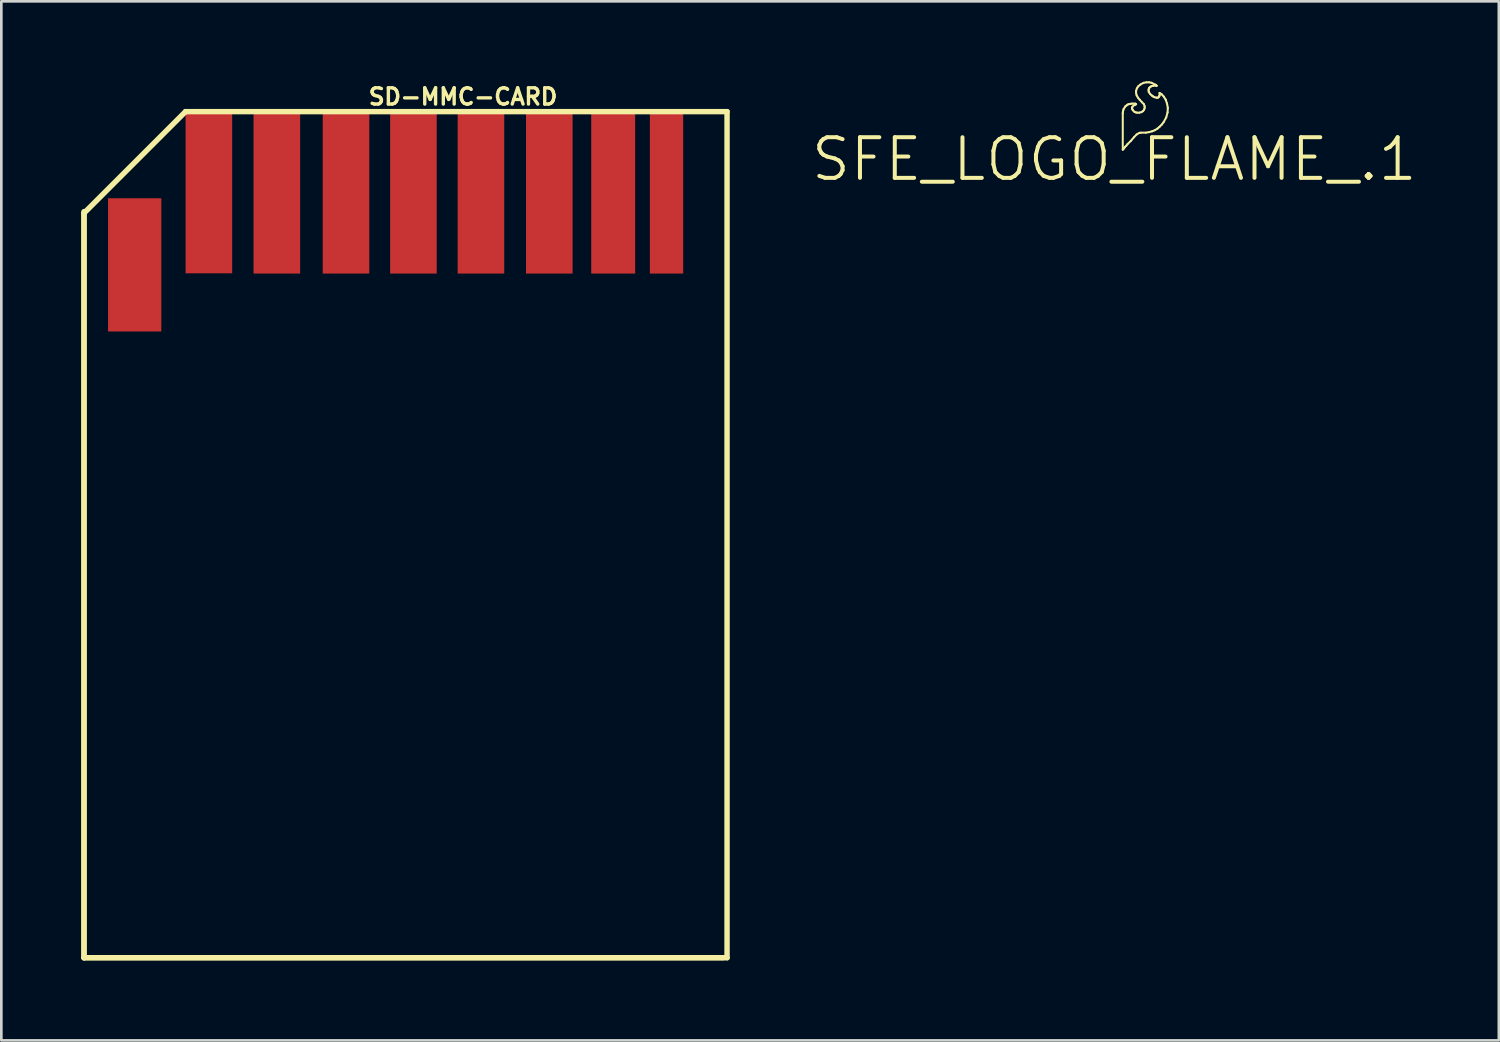
<source format=kicad_pcb>
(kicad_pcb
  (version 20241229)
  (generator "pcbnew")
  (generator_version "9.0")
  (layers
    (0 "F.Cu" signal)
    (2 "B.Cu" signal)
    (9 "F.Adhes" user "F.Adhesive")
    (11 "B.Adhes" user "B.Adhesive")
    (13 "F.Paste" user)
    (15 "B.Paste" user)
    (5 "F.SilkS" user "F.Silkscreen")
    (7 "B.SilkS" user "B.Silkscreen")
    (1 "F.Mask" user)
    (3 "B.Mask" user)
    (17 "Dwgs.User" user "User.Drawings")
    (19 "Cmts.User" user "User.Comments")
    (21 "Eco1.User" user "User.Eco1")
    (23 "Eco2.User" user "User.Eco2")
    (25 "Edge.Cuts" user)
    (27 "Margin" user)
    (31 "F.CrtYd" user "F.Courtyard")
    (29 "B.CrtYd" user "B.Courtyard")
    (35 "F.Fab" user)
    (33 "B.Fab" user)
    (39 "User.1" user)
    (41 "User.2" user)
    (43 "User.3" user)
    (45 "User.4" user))
  (footprint "SFE_LOGO_FLAME_.1"
    (layer "F.Cu")
    (at 38.763 2.926)
    (property "Reference" "SFE_LOGO_FLAME_.1" (at 0 0 0) (layer "F.SilkS") (effects (font (size 1.524 1.524) (thickness 0.15))))
    (attr exclude_from_pos_files exclude_from_bom)
    (fp_line (start 0.318 -1.73) (end 0.318 -0.358) (stroke (width 0.076) (type solid)) (layer "F.SilkS"))
    (fp_line (start 0.318 -0.358) (end 0.368 -0.409) (stroke (width 0.076) (type solid)) (layer "F.SilkS"))
    (fp_line (start 0.328 -1.808) (end 0.318 -1.73) (stroke (width 0.076) (type solid)) (layer "F.SilkS"))
    (fp_line (start 0.348 -1.88) (end 0.328 -1.808) (stroke (width 0.076) (type solid)) (layer "F.SilkS"))
    (fp_line (start 0.368 -0.409) (end 0.399 -0.46) (stroke (width 0.076) (type solid)) (layer "F.SilkS"))
    (fp_line (start 0.399 -0.46) (end 0.45 -0.508) (stroke (width 0.076) (type solid)) (layer "F.SilkS"))
    (fp_line (start 0.409 -1.979) (end 0.348 -1.88) (stroke (width 0.076) (type solid)) (layer "F.SilkS"))
    (fp_line (start 0.45 -0.508) (end 0.498 -0.569) (stroke (width 0.076) (type solid)) (layer "F.SilkS"))
    (fp_line (start 0.46 -2.019) (end 0.409 -1.979) (stroke (width 0.076) (type solid)) (layer "F.SilkS"))
    (fp_line (start 0.498 -2.05) (end 0.46 -2.019) (stroke (width 0.076) (type solid)) (layer "F.SilkS"))
    (fp_line (start 0.498 -0.569) (end 0.62 -0.688) (stroke (width 0.076) (type solid)) (layer "F.SilkS"))
    (fp_line (start 0.549 -2.068) (end 0.498 -2.05) (stroke (width 0.076) (type solid)) (layer "F.SilkS"))
    (fp_line (start 0.599 -2.078) (end 0.549 -2.068) (stroke (width 0.076) (type solid)) (layer "F.SilkS"))
    (fp_line (start 0.62 -0.688) (end 0.739 -0.828) (stroke (width 0.076) (type solid)) (layer "F.SilkS"))
    (fp_line (start 0.658 -2.088) (end 0.599 -2.078) (stroke (width 0.076) (type solid)) (layer "F.SilkS"))
    (fp_line (start 0.668 -1.938) (end 0.678 -1.968) (stroke (width 0.076) (type solid)) (layer "F.SilkS"))
    (fp_line (start 0.668 -1.9) (end 0.668 -1.938) (stroke (width 0.076) (type solid)) (layer "F.SilkS"))
    (fp_line (start 0.678 -1.968) (end 0.739 -2.029) (stroke (width 0.076) (type solid)) (layer "F.SilkS"))
    (fp_line (start 0.678 -1.869) (end 0.668 -1.9) (stroke (width 0.076) (type solid)) (layer "F.SilkS"))
    (fp_line (start 0.699 -1.839) (end 0.678 -1.869) (stroke (width 0.076) (type solid)) (layer "F.SilkS"))
    (fp_line (start 0.739 -2.029) (end 0.77 -2.04) (stroke (width 0.076) (type solid)) (layer "F.SilkS"))
    (fp_line (start 0.739 -0.828) (end 0.838 -0.93) (stroke (width 0.076) (type solid)) (layer "F.SilkS"))
    (fp_line (start 0.759 -1.778) (end 0.699 -1.839) (stroke (width 0.076) (type solid)) (layer "F.SilkS"))
    (fp_line (start 0.77 -2.04) (end 0.808 -2.06) (stroke (width 0.076) (type solid)) (layer "F.SilkS"))
    (fp_line (start 0.78 -2.088) (end 0.658 -2.088) (stroke (width 0.076) (type solid)) (layer "F.SilkS"))
    (fp_line (start 0.808 -2.06) (end 0.818 -2.068) (stroke (width 0.076) (type solid)) (layer "F.SilkS"))
    (fp_line (start 0.808 -1.758) (end 0.759 -1.778) (stroke (width 0.076) (type solid)) (layer "F.SilkS"))
    (fp_line (start 0.818 -2.568) (end 0.818 -2.489) (stroke (width 0.076) (type solid)) (layer "F.SilkS"))
    (fp_line (start 0.818 -2.489) (end 0.838 -2.398) (stroke (width 0.076) (type solid)) (layer "F.SilkS"))
    (fp_line (start 0.818 -2.068) (end 0.78 -2.088) (stroke (width 0.076) (type solid)) (layer "F.SilkS"))
    (fp_line (start 0.838 -2.398) (end 0.889 -2.309) (stroke (width 0.076) (type solid)) (layer "F.SilkS"))
    (fp_line (start 0.838 -0.93) (end 0.94 -0.988) (stroke (width 0.076) (type solid)) (layer "F.SilkS"))
    (fp_line (start 0.848 -2.659) (end 0.818 -2.568) (stroke (width 0.076) (type solid)) (layer "F.SilkS"))
    (fp_line (start 0.859 -1.748) (end 0.808 -1.758) (stroke (width 0.076) (type solid)) (layer "F.SilkS"))
    (fp_line (start 0.889 -2.309) (end 0.958 -2.228) (stroke (width 0.076) (type solid)) (layer "F.SilkS"))
    (fp_line (start 0.899 -2.738) (end 0.848 -2.659) (stroke (width 0.076) (type solid)) (layer "F.SilkS"))
    (fp_line (start 0.94 -1.748) (end 0.859 -1.748) (stroke (width 0.076) (type solid)) (layer "F.SilkS"))
    (fp_line (start 0.94 -0.988) (end 0.998 -0.998) (stroke (width 0.076) (type solid)) (layer "F.SilkS"))
    (fp_line (start 0.958 -2.228) (end 1.039 -2.139) (stroke (width 0.076) (type solid)) (layer "F.SilkS"))
    (fp_line (start 0.988 -2.809) (end 0.899 -2.738) (stroke (width 0.076) (type solid)) (layer "F.SilkS"))
    (fp_line (start 0.998 -0.998) (end 1.189 -0.998) (stroke (width 0.076) (type solid)) (layer "F.SilkS"))
    (fp_line (start 1.019 -1.768) (end 0.94 -1.748) (stroke (width 0.076) (type solid)) (layer "F.SilkS"))
    (fp_line (start 1.039 -2.139) (end 1.11 -2.068) (stroke (width 0.076) (type solid)) (layer "F.SilkS"))
    (fp_line (start 1.079 -1.808) (end 1.019 -1.768) (stroke (width 0.076) (type solid)) (layer "F.SilkS"))
    (fp_line (start 1.1 -2.868) (end 0.988 -2.809) (stroke (width 0.076) (type solid)) (layer "F.SilkS"))
    (fp_line (start 1.11 -2.068) (end 1.138 -1.989) (stroke (width 0.076) (type solid)) (layer "F.SilkS"))
    (fp_line (start 1.118 -1.859) (end 1.079 -1.808) (stroke (width 0.076) (type solid)) (layer "F.SilkS"))
    (fp_line (start 1.138 -1.989) (end 1.138 -1.918) (stroke (width 0.076) (type solid)) (layer "F.SilkS"))
    (fp_line (start 1.138 -1.918) (end 1.118 -1.859) (stroke (width 0.076) (type solid)) (layer "F.SilkS"))
    (fp_line (start 1.189 -0.998) (end 1.308 -1.019) (stroke (width 0.076) (type solid)) (layer "F.SilkS"))
    (fp_line (start 1.209 -2.888) (end 1.1 -2.868) (stroke (width 0.076) (type solid)) (layer "F.SilkS"))
    (fp_line (start 1.288 -2.619) (end 1.298 -2.649) (stroke (width 0.076) (type solid)) (layer "F.SilkS"))
    (fp_line (start 1.288 -2.558) (end 1.288 -2.619) (stroke (width 0.076) (type solid)) (layer "F.SilkS"))
    (fp_line (start 1.298 -2.649) (end 1.308 -2.67) (stroke (width 0.076) (type solid)) (layer "F.SilkS"))
    (fp_line (start 1.298 -2.52) (end 1.288 -2.558) (stroke (width 0.076) (type solid)) (layer "F.SilkS"))
    (fp_line (start 1.308 -2.888) (end 1.209 -2.888) (stroke (width 0.076) (type solid)) (layer "F.SilkS"))
    (fp_line (start 1.308 -2.67) (end 1.328 -2.697) (stroke (width 0.076) (type solid)) (layer "F.SilkS"))
    (fp_line (start 1.308 -1.019) (end 1.42 -1.049) (stroke (width 0.076) (type solid)) (layer "F.SilkS"))
    (fp_line (start 1.328 -2.697) (end 1.369 -2.728) (stroke (width 0.076) (type solid)) (layer "F.SilkS"))
    (fp_line (start 1.339 -2.459) (end 1.298 -2.52) (stroke (width 0.076) (type solid)) (layer "F.SilkS"))
    (fp_line (start 1.369 -2.728) (end 1.41 -2.748) (stroke (width 0.076) (type solid)) (layer "F.SilkS"))
    (fp_line (start 1.4 -2.868) (end 1.308 -2.888) (stroke (width 0.076) (type solid)) (layer "F.SilkS"))
    (fp_line (start 1.4 -2.398) (end 1.339 -2.459) (stroke (width 0.076) (type solid)) (layer "F.SilkS"))
    (fp_line (start 1.41 -2.748) (end 1.458 -2.758) (stroke (width 0.076) (type solid)) (layer "F.SilkS"))
    (fp_line (start 1.42 -1.049) (end 1.519 -1.09) (stroke (width 0.076) (type solid)) (layer "F.SilkS"))
    (fp_line (start 1.438 -2.37) (end 1.4 -2.398) (stroke (width 0.076) (type solid)) (layer "F.SilkS"))
    (fp_line (start 1.458 -2.758) (end 1.499 -2.769) (stroke (width 0.076) (type solid)) (layer "F.SilkS"))
    (fp_line (start 1.468 -2.349) (end 1.438 -2.37) (stroke (width 0.076) (type solid)) (layer "F.SilkS"))
    (fp_line (start 1.499 -2.769) (end 1.56 -2.769) (stroke (width 0.076) (type solid)) (layer "F.SilkS"))
    (fp_line (start 1.509 -2.329) (end 1.468 -2.349) (stroke (width 0.076) (type solid)) (layer "F.SilkS"))
    (fp_line (start 1.519 -1.09) (end 1.618 -1.148) (stroke (width 0.076) (type solid)) (layer "F.SilkS"))
    (fp_line (start 1.539 -2.799) (end 1.4 -2.868) (stroke (width 0.076) (type solid)) (layer "F.SilkS"))
    (fp_line (start 1.56 -2.769) (end 1.58 -2.758) (stroke (width 0.076) (type solid)) (layer "F.SilkS"))
    (fp_line (start 1.58 -2.769) (end 1.539 -2.799) (stroke (width 0.076) (type solid)) (layer "F.SilkS"))
    (fp_line (start 1.58 -2.758) (end 1.587 -2.758) (stroke (width 0.076) (type solid)) (layer "F.SilkS"))
    (fp_line (start 1.587 -2.758) (end 1.58 -2.769) (stroke (width 0.076) (type solid)) (layer "F.SilkS"))
    (fp_line (start 1.587 -2.309) (end 1.509 -2.329) (stroke (width 0.076) (type solid)) (layer "F.SilkS"))
    (fp_line (start 1.618 -2.309) (end 1.587 -2.309) (stroke (width 0.076) (type solid)) (layer "F.SilkS"))
    (fp_line (start 1.618 -1.148) (end 1.699 -1.219) (stroke (width 0.076) (type solid)) (layer "F.SilkS"))
    (fp_line (start 1.648 -2.319) (end 1.618 -2.309) (stroke (width 0.076) (type solid)) (layer "F.SilkS"))
    (fp_line (start 1.679 -2.349) (end 1.648 -2.319) (stroke (width 0.076) (type solid)) (layer "F.SilkS"))
    (fp_line (start 1.689 -2.37) (end 1.679 -2.349) (stroke (width 0.076) (type solid)) (layer "F.SilkS"))
    (fp_line (start 1.699 -2.489) (end 1.699 -2.398) (stroke (width 0.076) (type solid)) (layer "F.SilkS"))
    (fp_line (start 1.699 -2.398) (end 1.689 -2.37) (stroke (width 0.076) (type solid)) (layer "F.SilkS"))
    (fp_line (start 1.699 -1.219) (end 1.778 -1.298) (stroke (width 0.076) (type solid)) (layer "F.SilkS"))
    (fp_line (start 1.778 -2.438) (end 1.699 -2.489) (stroke (width 0.076) (type solid)) (layer "F.SilkS"))
    (fp_line (start 1.778 -1.298) (end 1.849 -1.389) (stroke (width 0.076) (type solid)) (layer "F.SilkS"))
    (fp_line (start 1.849 -1.389) (end 1.948 -1.57) (stroke (width 0.076) (type solid)) (layer "F.SilkS"))
    (fp_line (start 1.859 -2.349) (end 1.778 -2.438) (stroke (width 0.076) (type solid)) (layer "F.SilkS"))
    (fp_line (start 1.928 -2.238) (end 1.859 -2.349) (stroke (width 0.076) (type solid)) (layer "F.SilkS"))
    (fp_line (start 1.948 -1.57) (end 1.999 -1.758) (stroke (width 0.076) (type solid)) (layer "F.SilkS"))
    (fp_line (start 1.979 -2.088) (end 1.928 -2.238) (stroke (width 0.076) (type solid)) (layer "F.SilkS"))
    (fp_line (start 1.999 -1.758) (end 2.009 -1.928) (stroke (width 0.076) (type solid)) (layer "F.SilkS"))
    (fp_line (start 2.009 -1.928) (end 1.979 -2.088) (stroke (width 0.076) (type solid)) (layer "F.SilkS")))
  (footprint "SD-MMC-CARD"
    (layer "F.Cu")
    (at 12.802 18.918)
    (property "Reference" "SD-MMC-CARD" (at 1.524 -18.339 0) (layer "F.SilkS") (effects (font (size 0.61 0.61) (thickness 0.127))))
    (attr smd)
    (fp_line (start -12.7 -14.028) (end -12.7 13.97) (stroke (width 0.203) (type solid)) (layer "F.SilkS"))
    (fp_line (start -12.7 -13.97) (end -8.89 -17.78) (stroke (width 0.203) (type solid)) (layer "F.SilkS"))
    (fp_line (start -12.7 13.97) (end -12.7 -13.97) (stroke (width 0.203) (type solid)) (layer "F.SilkS"))
    (fp_line (start -12.7 13.97) (end 11.298 13.97) (stroke (width 0.203) (type solid)) (layer "F.SilkS"))
    (fp_line (start -8.89 -17.78) (end 11.43 -17.78) (stroke (width 0.203) (type solid)) (layer "F.SilkS"))
    (fp_line (start 11.43 -17.78) (end 11.43 13.97) (stroke (width 0.203) (type solid)) (layer "F.SilkS"))
    (fp_line (start 11.43 13.97) (end -12.7 13.97) (stroke (width 0.203) (type solid)) (layer "F.SilkS"))
    (pad "1" smd rect (at -8.014 -14.712 180) (size 1.748 5.999) (layers "F.Cu" "F.Mask" "F.Paste"))
    (pad "2" smd rect (at -5.464 -14.702 180) (size 1.748 5.999) (layers "F.Cu" "F.Mask" "F.Paste"))
    (pad "3" smd rect (at -2.868 -14.702 180) (size 1.748 5.999) (layers "F.Cu" "F.Mask" "F.Paste"))
    (pad "4" smd rect (at -0.338 -14.702 180) (size 1.748 5.999) (layers "F.Cu" "F.Mask" "F.Paste"))
    (pad "5" smd rect (at 2.195 -14.702 180) (size 1.748 5.999) (layers "F.Cu" "F.Mask" "F.Paste"))
    (pad "6" smd rect (at 4.76 -14.702 180) (size 1.748 5.999) (layers "F.Cu" "F.Mask" "F.Paste"))
    (pad "7" smd rect (at 7.158 -14.702 180) (size 1.648 5.999) (layers "F.Cu" "F.Mask" "F.Paste"))
    (pad "8" smd rect (at 9.159 -14.702 180) (size 1.25 5.999) (layers "F.Cu" "F.Mask" "F.Paste"))
    (pad "9" smd rect (at -10.798 -12.029 180) (size 1.999 4.999) (layers "F.Cu" "F.Mask" "F.Paste")))
  (gr_rect
    (start -3 -3)
    (end 53.193 35.99)
    (stroke (width 0.1) (type default))
    (fill no)
    (layer "Edge.Cuts")))
</source>
